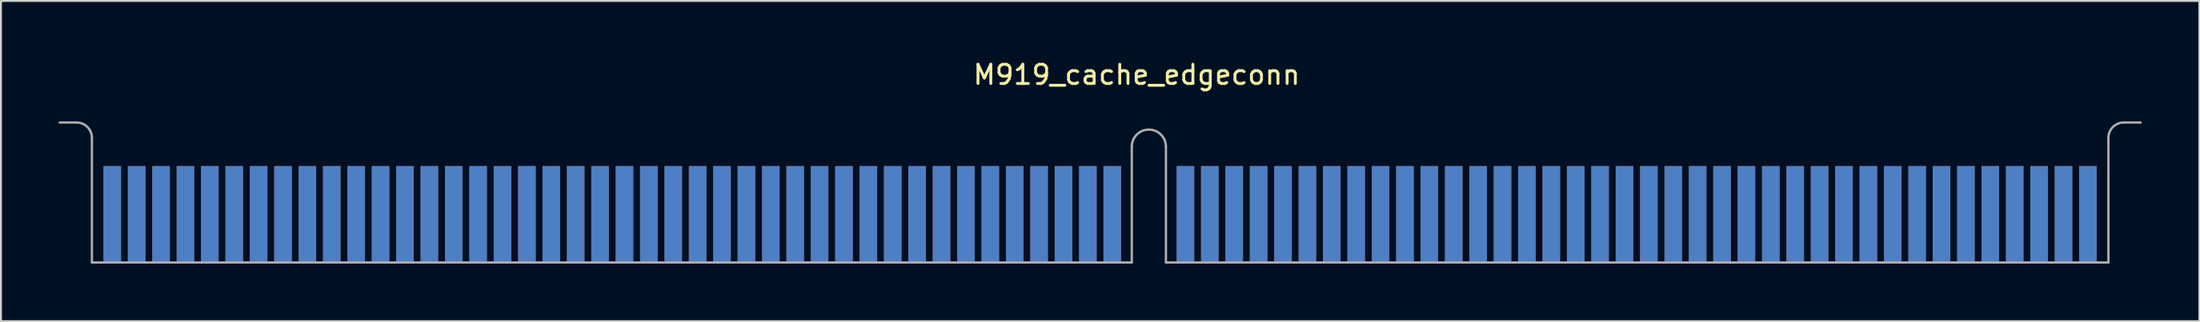
<source format=kicad_pcb>
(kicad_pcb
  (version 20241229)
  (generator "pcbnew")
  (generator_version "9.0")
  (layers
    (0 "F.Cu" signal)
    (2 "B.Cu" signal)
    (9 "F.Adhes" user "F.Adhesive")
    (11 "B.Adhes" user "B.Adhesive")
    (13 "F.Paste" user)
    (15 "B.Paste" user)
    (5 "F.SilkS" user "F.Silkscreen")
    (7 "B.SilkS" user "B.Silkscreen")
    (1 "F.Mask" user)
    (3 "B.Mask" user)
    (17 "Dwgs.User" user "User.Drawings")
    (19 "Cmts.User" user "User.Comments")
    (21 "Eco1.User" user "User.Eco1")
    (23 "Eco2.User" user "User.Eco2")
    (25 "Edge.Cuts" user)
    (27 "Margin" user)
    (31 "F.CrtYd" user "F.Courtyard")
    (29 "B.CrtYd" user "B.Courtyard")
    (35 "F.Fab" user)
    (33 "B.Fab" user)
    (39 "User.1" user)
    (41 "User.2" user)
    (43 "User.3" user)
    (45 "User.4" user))
  (footprint "M919_cache_edgeconn"
    (layer "F.Cu")
    (at 56.136 8.098)
    (property "Reference" "M919_cache_edgeconn" (at 0 -7.25 0) (layer "F.SilkS") (effects (font (size 1 1) (thickness 0.15))))
    (attr through_hole)
    (fp_poly (pts (xy 50.6 2.54) (xy -54.4 2.54) (xy -54.4 -2.54) (xy 50.6 -2.54)) (stroke (width 0.1) (type solid)) (fill yes) (layer "F.Mask"))
    (fp_poly (pts (xy 50.6 2.54) (xy -54.4 2.54) (xy -54.4 -2.54) (xy 50.6 -2.54)) (stroke (width 0.1) (type solid)) (fill yes) (layer "B.Mask"))
    (fp_line (start -56.076 -4.76) (end -55.2 -4.76) (stroke (width 0.12) (type solid)) (layer "F.Fab"))
    (fp_line (start -54.4 2.54) (end -54.4 -3.96) (stroke (width 0.12) (type solid)) (layer "F.Fab"))
    (fp_line (start -0.254 -3.5) (end -0.254 2.54) (stroke (width 0.12) (type solid)) (layer "F.Fab"))
    (fp_line (start -0.254 2.54) (end -54.4 2.54) (stroke (width 0.12) (type solid)) (layer "F.Fab"))
    (fp_line (start 1.524 -3.5) (end 1.524 2.54) (stroke (width 0.12) (type solid)) (layer "F.Fab"))
    (fp_line (start 1.524 2.54) (end 50.6 2.54) (stroke (width 0.12) (type solid)) (layer "F.Fab"))
    (fp_line (start 50.6 2.54) (end 50.6 -3.96) (stroke (width 0.12) (type solid)) (layer "F.Fab"))
    (fp_line (start 51.4 -4.76) (end 52.276 -4.76) (stroke (width 0.12) (type solid)) (layer "F.Fab"))
    (fp_arc (start -55.2 -4.76) (mid -54.634315 -4.525685) (end -54.4 -3.96) (stroke (width 0.12) (type solid)) (layer "F.Fab"))
    (fp_arc (start -0.254 -3.5) (mid 0.635 -4.389) (end 1.524 -3.5) (stroke (width 0.12) (type solid)) (layer "F.Fab"))
    (fp_arc (start 50.6 -3.96) (mid 50.834315 -4.525685) (end 51.4 -4.76) (stroke (width 0.12) (type solid)) (layer "F.Fab"))
    (pad "a1" connect rect (at -53.34 0) (size 0.914 4.978) (layers "F.Cu"))
    (pad "a2" connect rect (at -52.07 0) (size 0.914 4.978) (layers "F.Cu"))
    (pad "a3" connect rect (at -50.8 0) (size 0.914 4.978) (layers "F.Cu"))
    (pad "a4" connect rect (at -49.53 0) (size 0.914 4.978) (layers "F.Cu"))
    (pad "a5" connect rect (at -48.26 0) (size 0.914 4.978) (layers "F.Cu"))
    (pad "a6" connect rect (at -46.99 0) (size 0.914 4.978) (layers "F.Cu"))
    (pad "a7" connect rect (at -45.72 0) (size 0.914 4.978) (layers "F.Cu"))
    (pad "a8" connect rect (at -44.45 0) (size 0.914 4.978) (layers "F.Cu"))
    (pad "a9" connect rect (at -43.18 0) (size 0.914 4.978) (layers "F.Cu"))
    (pad "a10" connect rect (at -41.91 0) (size 0.914 4.978) (layers "F.Cu"))
    (pad "a11" connect rect (at -40.64 0) (size 0.914 4.978) (layers "F.Cu"))
    (pad "a12" connect rect (at -39.37 0) (size 0.914 4.978) (layers "F.Cu"))
    (pad "a13" connect rect (at -38.1 0) (size 0.914 4.978) (layers "F.Cu"))
    (pad "a14" connect rect (at -36.83 0) (size 0.914 4.978) (layers "F.Cu"))
    (pad "a15" connect rect (at -35.56 0) (size 0.914 4.978) (layers "F.Cu"))
    (pad "a16" connect rect (at -34.29 0) (size 0.914 4.978) (layers "F.Cu"))
    (pad "a17" connect rect (at -33.02 0) (size 0.914 4.978) (layers "F.Cu"))
    (pad "a18" connect rect (at -31.75 0) (size 0.914 4.978) (layers "F.Cu"))
    (pad "a19" connect rect (at -30.48 0) (size 0.914 4.978) (layers "F.Cu"))
    (pad "a20" connect rect (at -29.21 0) (size 0.914 4.978) (layers "F.Cu"))
    (pad "a21" connect rect (at -27.94 0) (size 0.914 4.978) (layers "F.Cu"))
    (pad "a22" connect rect (at -26.67 0) (size 0.914 4.978) (layers "F.Cu"))
    (pad "a23" connect rect (at -25.4 0) (size 0.914 4.978) (layers "F.Cu"))
    (pad "a24" connect rect (at -24.13 0) (size 0.914 4.978) (layers "F.Cu"))
    (pad "a25" connect rect (at -22.86 0) (size 0.914 4.978) (layers "F.Cu"))
    (pad "a26" connect rect (at -21.59 0) (size 0.914 4.978) (layers "F.Cu"))
    (pad "a27" connect rect (at -20.32 0) (size 0.914 4.978) (layers "F.Cu"))
    (pad "a28" connect rect (at -19.05 0) (size 0.914 4.978) (layers "F.Cu"))
    (pad "a29" connect rect (at -17.78 0) (size 0.914 4.978) (layers "F.Cu"))
    (pad "a30" connect rect (at -16.51 0) (size 0.914 4.978) (layers "F.Cu"))
    (pad "a31" connect rect (at -15.24 0) (size 0.914 4.978) (layers "F.Cu"))
    (pad "a32" connect rect (at -13.97 0) (size 0.914 4.978) (layers "F.Cu"))
    (pad "a33" connect rect (at -12.7 0) (size 0.914 4.978) (layers "F.Cu"))
    (pad "a34" connect rect (at -11.43 0) (size 0.914 4.978) (layers "F.Cu"))
    (pad "a35" connect rect (at -10.16 0) (size 0.914 4.978) (layers "F.Cu"))
    (pad "a36" connect rect (at -8.89 0) (size 0.914 4.978) (layers "F.Cu"))
    (pad "a37" connect rect (at -7.62 0) (size 0.914 4.978) (layers "F.Cu"))
    (pad "a38" connect rect (at -6.35 0) (size 0.914 4.978) (layers "F.Cu"))
    (pad "a39" connect rect (at -5.08 0) (size 0.914 4.978) (layers "F.Cu"))
    (pad "a40" connect rect (at -3.81 0) (size 0.914 4.978) (layers "F.Cu"))
    (pad "a41" connect rect (at -2.54 0) (size 0.914 4.978) (layers "F.Cu"))
    (pad "a42" connect rect (at -1.27 0) (size 0.914 4.978) (layers "F.Cu"))
    (pad "a43" connect rect (at 2.54 0) (size 0.914 4.978) (layers "F.Cu"))
    (pad "a44" connect rect (at 3.81 0) (size 0.914 4.978) (layers "F.Cu"))
    (pad "a45" connect rect (at 5.08 0) (size 0.914 4.978) (layers "F.Cu"))
    (pad "a46" connect rect (at 6.35 0) (size 0.914 4.978) (layers "F.Cu"))
    (pad "a47" connect rect (at 7.62 0) (size 0.914 4.978) (layers "F.Cu"))
    (pad "a48" connect rect (at 8.89 0) (size 0.914 4.978) (layers "F.Cu"))
    (pad "a49" connect rect (at 10.16 0) (size 0.914 4.978) (layers "F.Cu"))
    (pad "a50" connect rect (at 11.43 0) (size 0.914 4.978) (layers "F.Cu"))
    (pad "a51" connect rect (at 12.7 0) (size 0.914 4.978) (layers "F.Cu"))
    (pad "a52" connect rect (at 13.97 0) (size 0.914 4.978) (layers "F.Cu"))
    (pad "a53" connect rect (at 15.24 0) (size 0.914 4.978) (layers "F.Cu"))
    (pad "a54" connect rect (at 16.51 0) (size 0.914 4.978) (layers "F.Cu"))
    (pad "a55" connect rect (at 17.78 0) (size 0.914 4.978) (layers "F.Cu"))
    (pad "a56" connect rect (at 19.05 0) (size 0.914 4.978) (layers "F.Cu"))
    (pad "a57" connect rect (at 20.32 0) (size 0.914 4.978) (layers "F.Cu"))
    (pad "a58" connect rect (at 21.59 0) (size 0.914 4.978) (layers "F.Cu"))
    (pad "a59" connect rect (at 22.86 0) (size 0.914 4.978) (layers "F.Cu"))
    (pad "a60" connect rect (at 24.13 0) (size 0.914 4.978) (layers "F.Cu"))
    (pad "a61" connect rect (at 25.4 0) (size 0.914 4.978) (layers "F.Cu"))
    (pad "a62" connect rect (at 26.67 0) (size 0.914 4.978) (layers "F.Cu"))
    (pad "a63" connect rect (at 27.94 0) (size 0.914 4.978) (layers "F.Cu"))
    (pad "a64" connect rect (at 29.21 0) (size 0.914 4.978) (layers "F.Cu"))
    (pad "a65" connect rect (at 30.48 0) (size 0.914 4.978) (layers "F.Cu"))
    (pad "a66" connect rect (at 31.75 0) (size 0.914 4.978) (layers "F.Cu"))
    (pad "a67" connect rect (at 33.02 0) (size 0.914 4.978) (layers "F.Cu"))
    (pad "a68" connect rect (at 34.29 0) (size 0.914 4.978) (layers "F.Cu"))
    (pad "a69" connect rect (at 35.56 0) (size 0.914 4.978) (layers "F.Cu"))
    (pad "a70" connect rect (at 36.83 0) (size 0.914 4.978) (layers "F.Cu"))
    (pad "a71" connect rect (at 38.1 0) (size 0.914 4.978) (layers "F.Cu"))
    (pad "a72" connect rect (at 39.37 0) (size 0.914 4.978) (layers "F.Cu"))
    (pad "a73" connect rect (at 40.64 0) (size 0.914 4.978) (layers "F.Cu"))
    (pad "a74" connect rect (at 41.91 0) (size 0.914 4.978) (layers "F.Cu"))
    (pad "a75" connect rect (at 43.18 0) (size 0.914 4.978) (layers "F.Cu"))
    (pad "a76" connect rect (at 44.45 0) (size 0.914 4.978) (layers "F.Cu"))
    (pad "a77" connect rect (at 45.72 0) (size 0.914 4.978) (layers "F.Cu"))
    (pad "a78" connect rect (at 46.99 0) (size 0.914 4.978) (layers "F.Cu"))
    (pad "a79" connect rect (at 48.26 0) (size 0.914 4.978) (layers "F.Cu"))
    (pad "a80" connect rect (at 49.53 0) (size 0.914 4.978) (layers "F.Cu"))
    (pad "b1" connect rect (at -53.34 0) (size 0.914 4.978) (layers "B.Cu"))
    (pad "b2" connect rect (at -52.07 0) (size 0.914 4.978) (layers "B.Cu"))
    (pad "b3" connect rect (at -50.8 0) (size 0.914 4.978) (layers "B.Cu"))
    (pad "b4" connect rect (at -49.53 0) (size 0.914 4.978) (layers "B.Cu"))
    (pad "b5" connect rect (at -48.26 0) (size 0.914 4.978) (layers "B.Cu"))
    (pad "b6" connect rect (at -46.99 0) (size 0.914 4.978) (layers "B.Cu"))
    (pad "b7" connect rect (at -45.72 0) (size 0.914 4.978) (layers "B.Cu"))
    (pad "b8" connect rect (at -44.45 0) (size 0.914 4.978) (layers "B.Cu"))
    (pad "b9" connect rect (at -43.18 0) (size 0.914 4.978) (layers "B.Cu"))
    (pad "b10" connect rect (at -41.91 0) (size 0.914 4.978) (layers "B.Cu"))
    (pad "b11" connect rect (at -40.64 0) (size 0.914 4.978) (layers "B.Cu"))
    (pad "b12" connect rect (at -39.37 0) (size 0.914 4.978) (layers "B.Cu"))
    (pad "b13" connect rect (at -38.1 0) (size 0.914 4.978) (layers "B.Cu"))
    (pad "b14" connect rect (at -36.83 0) (size 0.914 4.978) (layers "B.Cu"))
    (pad "b15" connect rect (at -35.56 0) (size 0.914 4.978) (layers "B.Cu"))
    (pad "b16" connect rect (at -34.29 0) (size 0.914 4.978) (layers "B.Cu"))
    (pad "b17" connect rect (at -33.02 0) (size 0.914 4.978) (layers "B.Cu"))
    (pad "b18" connect rect (at -31.75 0) (size 0.914 4.978) (layers "B.Cu"))
    (pad "b19" connect rect (at -30.48 0) (size 0.914 4.978) (layers "B.Cu"))
    (pad "b20" connect rect (at -29.21 0) (size 0.914 4.978) (layers "B.Cu"))
    (pad "b21" connect rect (at -27.94 0) (size 0.914 4.978) (layers "B.Cu"))
    (pad "b22" connect rect (at -26.67 0) (size 0.914 4.978) (layers "B.Cu"))
    (pad "b23" connect rect (at -25.4 0) (size 0.914 4.978) (layers "B.Cu"))
    (pad "b24" connect rect (at -24.13 0) (size 0.914 4.978) (layers "B.Cu"))
    (pad "b25" connect rect (at -22.86 0) (size 0.914 4.978) (layers "B.Cu"))
    (pad "b26" connect rect (at -21.59 0) (size 0.914 4.978) (layers "B.Cu"))
    (pad "b27" connect rect (at -20.32 0) (size 0.914 4.978) (layers "B.Cu"))
    (pad "b28" connect rect (at -19.05 0) (size 0.914 4.978) (layers "B.Cu"))
    (pad "b29" connect rect (at -17.78 0) (size 0.914 4.978) (layers "B.Cu"))
    (pad "b30" connect rect (at -16.51 0) (size 0.914 4.978) (layers "B.Cu"))
    (pad "b31" connect rect (at -15.24 0) (size 0.914 4.978) (layers "B.Cu"))
    (pad "b32" connect rect (at -13.97 0) (size 0.914 4.978) (layers "B.Cu"))
    (pad "b33" connect rect (at -12.7 0) (size 0.914 4.978) (layers "B.Cu"))
    (pad "b34" connect rect (at -11.43 0) (size 0.914 4.978) (layers "B.Cu"))
    (pad "b35" connect rect (at -10.16 0) (size 0.914 4.978) (layers "B.Cu"))
    (pad "b36" connect rect (at -8.89 0) (size 0.914 4.978) (layers "B.Cu"))
    (pad "b37" connect rect (at -7.62 0) (size 0.914 4.978) (layers "B.Cu"))
    (pad "b38" connect rect (at -6.35 0) (size 0.914 4.978) (layers "B.Cu"))
    (pad "b39" connect rect (at -5.08 0) (size 0.914 4.978) (layers "B.Cu"))
    (pad "b40" connect rect (at -3.81 0) (size 0.914 4.978) (layers "B.Cu"))
    (pad "b41" connect rect (at -2.54 0) (size 0.914 4.978) (layers "B.Cu"))
    (pad "b42" connect rect (at -1.27 0) (size 0.914 4.978) (layers "B.Cu"))
    (pad "b43" connect rect (at 2.54 0) (size 0.914 4.978) (layers "B.Cu"))
    (pad "b44" connect rect (at 3.81 0) (size 0.914 4.978) (layers "B.Cu"))
    (pad "b45" connect rect (at 5.08 0) (size 0.914 4.978) (layers "B.Cu"))
    (pad "b46" connect rect (at 6.35 0) (size 0.914 4.978) (layers "B.Cu"))
    (pad "b47" connect rect (at 7.62 0) (size 0.914 4.978) (layers "B.Cu"))
    (pad "b48" connect rect (at 8.89 0) (size 0.914 4.978) (layers "B.Cu"))
    (pad "b49" connect rect (at 10.16 0) (size 0.914 4.978) (layers "B.Cu"))
    (pad "b50" connect rect (at 11.43 0) (size 0.914 4.978) (layers "B.Cu"))
    (pad "b51" connect rect (at 12.7 0) (size 0.914 4.978) (layers "B.Cu"))
    (pad "b52" connect rect (at 13.97 0) (size 0.914 4.978) (layers "B.Cu"))
    (pad "b53" connect rect (at 15.24 0) (size 0.914 4.978) (layers "B.Cu"))
    (pad "b54" connect rect (at 16.51 0) (size 0.914 4.978) (layers "B.Cu"))
    (pad "b55" connect rect (at 17.78 0) (size 0.914 4.978) (layers "B.Cu"))
    (pad "b56" connect rect (at 19.05 0) (size 0.914 4.978) (layers "B.Cu"))
    (pad "b57" connect rect (at 20.32 0) (size 0.914 4.978) (layers "B.Cu"))
    (pad "b58" connect rect (at 21.59 0) (size 0.914 4.978) (layers "B.Cu"))
    (pad "b59" connect rect (at 22.86 0) (size 0.914 4.978) (layers "B.Cu"))
    (pad "b60" connect rect (at 24.13 0) (size 0.914 4.978) (layers "B.Cu"))
    (pad "b61" connect rect (at 25.4 0) (size 0.914 4.978) (layers "B.Cu"))
    (pad "b62" connect rect (at 26.67 0) (size 0.914 4.978) (layers "B.Cu"))
    (pad "b63" connect rect (at 27.94 0) (size 0.914 4.978) (layers "B.Cu"))
    (pad "b64" connect rect (at 29.21 0) (size 0.914 4.978) (layers "B.Cu"))
    (pad "b65" connect rect (at 30.48 0) (size 0.914 4.978) (layers "B.Cu"))
    (pad "b66" connect rect (at 31.75 0) (size 0.914 4.978) (layers "B.Cu"))
    (pad "b67" connect rect (at 33.02 0) (size 0.914 4.978) (layers "B.Cu"))
    (pad "b68" connect rect (at 34.29 0) (size 0.914 4.978) (layers "B.Cu"))
    (pad "b69" connect rect (at 35.56 0) (size 0.914 4.978) (layers "B.Cu"))
    (pad "b70" connect rect (at 36.83 0) (size 0.914 4.978) (layers "B.Cu"))
    (pad "b71" connect rect (at 38.1 0) (size 0.914 4.978) (layers "B.Cu"))
    (pad "b72" connect rect (at 39.37 0) (size 0.914 4.978) (layers "B.Cu"))
    (pad "b73" connect rect (at 40.64 0) (size 0.914 4.978) (layers "B.Cu"))
    (pad "b74" connect rect (at 41.91 0) (size 0.914 4.978) (layers "B.Cu"))
    (pad "b75" connect rect (at 43.18 0) (size 0.914 4.978) (layers "B.Cu"))
    (pad "b76" connect rect (at 44.45 0) (size 0.914 4.978) (layers "B.Cu"))
    (pad "b77" connect rect (at 45.72 0) (size 0.914 4.978) (layers "B.Cu"))
    (pad "b78" connect rect (at 46.99 0) (size 0.914 4.978) (layers "B.Cu"))
    (pad "b79" connect rect (at 48.26 0) (size 0.914 4.978) (layers "B.Cu"))
    (pad "b80" connect rect (at 49.53 0) (size 0.914 4.978) (layers "B.Cu")))
  (gr_rect
    (start -3 -3)
    (end 111.472 13.698)
    (stroke (width 0.1) (type default))
    (fill no)
    (layer "Edge.Cuts")))
</source>
